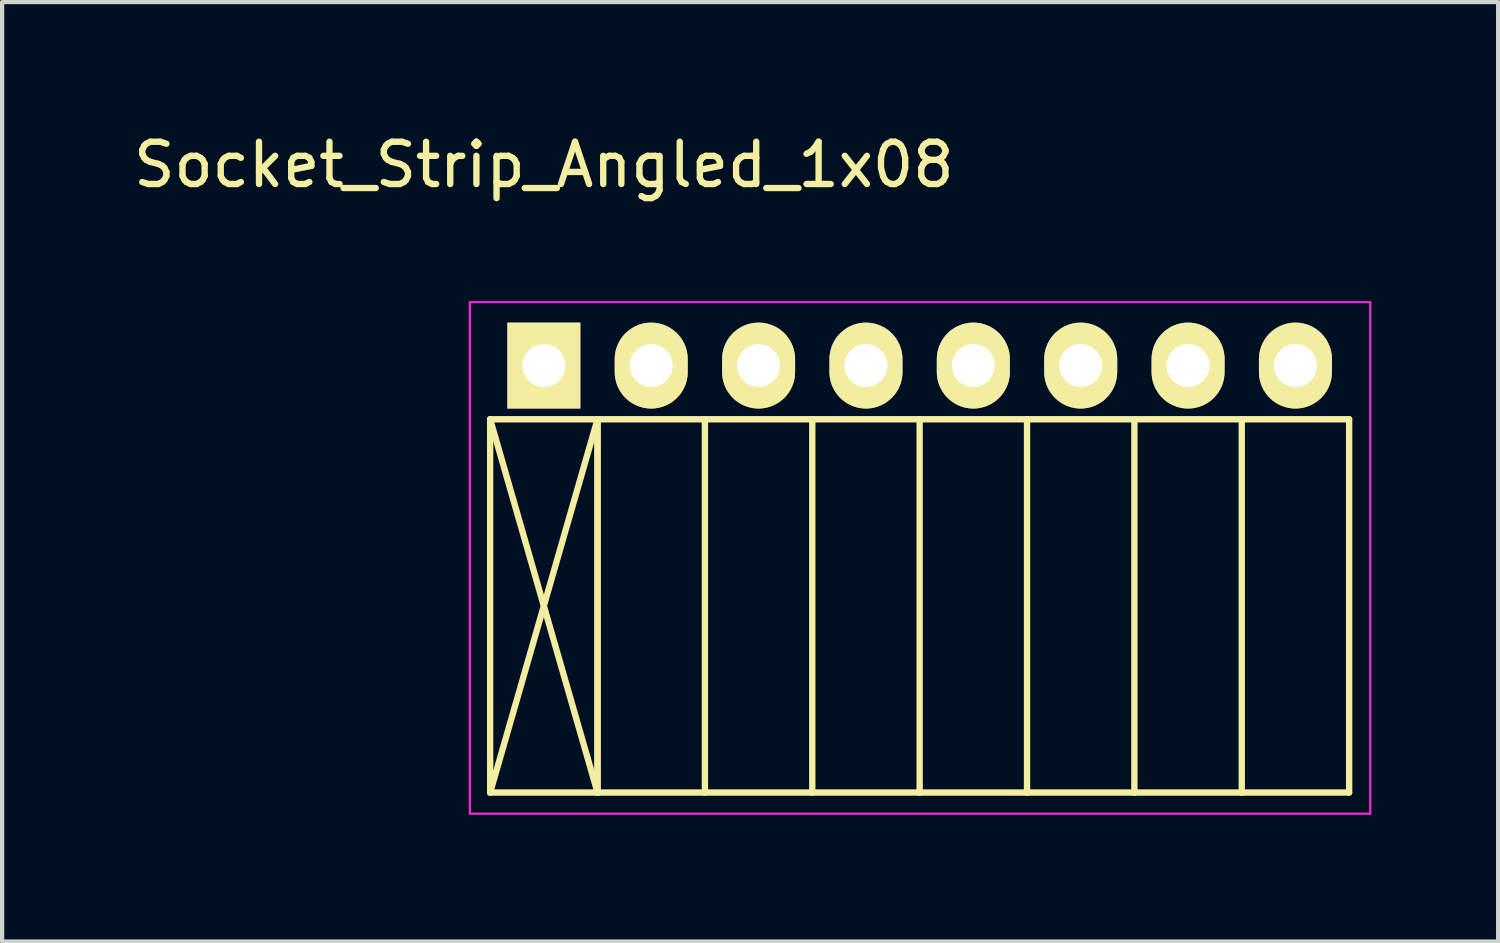
<source format=kicad_pcb>
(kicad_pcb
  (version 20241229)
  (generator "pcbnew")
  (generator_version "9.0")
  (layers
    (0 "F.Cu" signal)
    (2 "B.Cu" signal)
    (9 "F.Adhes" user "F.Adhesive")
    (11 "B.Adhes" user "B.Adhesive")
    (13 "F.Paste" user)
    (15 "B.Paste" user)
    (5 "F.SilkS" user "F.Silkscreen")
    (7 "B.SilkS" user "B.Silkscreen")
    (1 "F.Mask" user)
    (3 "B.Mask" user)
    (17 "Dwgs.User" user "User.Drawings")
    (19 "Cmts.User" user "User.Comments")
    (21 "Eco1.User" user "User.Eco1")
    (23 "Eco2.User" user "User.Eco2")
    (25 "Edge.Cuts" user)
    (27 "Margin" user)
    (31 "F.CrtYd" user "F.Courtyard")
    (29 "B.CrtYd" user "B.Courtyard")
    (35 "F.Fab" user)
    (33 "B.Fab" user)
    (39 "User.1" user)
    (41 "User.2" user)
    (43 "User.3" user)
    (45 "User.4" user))
  (footprint "Socket_Strip_Angled_1x08"
    (layer "F.Cu")
    (at 9.815 5.598)
    (property "Reference" "Socket_Strip_Angled_1x08" (at 0 -4.75 0) (layer "F.SilkS") (effects (font (size 1 1) (thickness 0.15))))
    (attr through_hole)
    (fp_line (start -1.27 1.27) (end -1.27 10.1) (stroke (width 0.15) (type solid)) (layer "F.SilkS"))
    (fp_line (start -1.27 1.27) (end 1.27 1.27) (stroke (width 0.15) (type solid)) (layer "F.SilkS"))
    (fp_line (start -1.27 1.27) (end 1.27 10.1) (stroke (width 0.15) (type solid)) (layer "F.SilkS"))
    (fp_line (start -1.27 10.1) (end 1.27 1.27) (stroke (width 0.15) (type solid)) (layer "F.SilkS"))
    (fp_line (start -1.27 10.1) (end 1.27 10.1) (stroke (width 0.15) (type solid)) (layer "F.SilkS"))
    (fp_line (start 1.27 1.27) (end 1.27 10.1) (stroke (width 0.15) (type solid)) (layer "F.SilkS"))
    (fp_line (start 1.27 1.27) (end 3.81 1.27) (stroke (width 0.15) (type solid)) (layer "F.SilkS"))
    (fp_line (start 1.27 10.1) (end 1.27 1.27) (stroke (width 0.15) (type solid)) (layer "F.SilkS"))
    (fp_line (start 1.27 10.1) (end 3.81 10.1) (stroke (width 0.15) (type solid)) (layer "F.SilkS"))
    (fp_line (start 3.81 1.27) (end 6.35 1.27) (stroke (width 0.15) (type solid)) (layer "F.SilkS"))
    (fp_line (start 3.81 10.1) (end 3.81 1.27) (stroke (width 0.15) (type solid)) (layer "F.SilkS"))
    (fp_line (start 3.81 10.1) (end 6.35 10.1) (stroke (width 0.15) (type solid)) (layer "F.SilkS"))
    (fp_line (start 6.35 1.27) (end 8.89 1.27) (stroke (width 0.15) (type solid)) (layer "F.SilkS"))
    (fp_line (start 6.35 10.1) (end 6.35 1.27) (stroke (width 0.15) (type solid)) (layer "F.SilkS"))
    (fp_line (start 6.35 10.1) (end 8.89 10.1) (stroke (width 0.15) (type solid)) (layer "F.SilkS"))
    (fp_line (start 8.89 1.27) (end 11.43 1.27) (stroke (width 0.15) (type solid)) (layer "F.SilkS"))
    (fp_line (start 8.89 10.1) (end 8.89 1.27) (stroke (width 0.15) (type solid)) (layer "F.SilkS"))
    (fp_line (start 8.89 10.1) (end 11.43 10.1) (stroke (width 0.15) (type solid)) (layer "F.SilkS"))
    (fp_line (start 11.43 1.27) (end 13.97 1.27) (stroke (width 0.15) (type solid)) (layer "F.SilkS"))
    (fp_line (start 11.43 10.1) (end 11.43 1.27) (stroke (width 0.15) (type solid)) (layer "F.SilkS"))
    (fp_line (start 11.43 10.1) (end 13.97 10.1) (stroke (width 0.15) (type solid)) (layer "F.SilkS"))
    (fp_line (start 13.97 1.27) (end 16.51 1.27) (stroke (width 0.15) (type solid)) (layer "F.SilkS"))
    (fp_line (start 13.97 10.1) (end 13.97 1.27) (stroke (width 0.15) (type solid)) (layer "F.SilkS"))
    (fp_line (start 13.97 10.1) (end 16.51 10.1) (stroke (width 0.15) (type solid)) (layer "F.SilkS"))
    (fp_line (start 16.51 1.27) (end 19.05 1.27) (stroke (width 0.15) (type solid)) (layer "F.SilkS"))
    (fp_line (start 16.51 10.1) (end 16.51 1.27) (stroke (width 0.15) (type solid)) (layer "F.SilkS"))
    (fp_line (start 16.51 10.1) (end 19.05 10.1) (stroke (width 0.15) (type solid)) (layer "F.SilkS"))
    (fp_line (start 19.05 10.1) (end 19.05 1.27) (stroke (width 0.15) (type solid)) (layer "F.SilkS"))
    (fp_line (start -1.75 -1.5) (end -1.75 10.6) (stroke (width 0.05) (type solid)) (layer "F.CrtYd"))
    (fp_line (start -1.75 -1.5) (end 19.55 -1.5) (stroke (width 0.05) (type solid)) (layer "F.CrtYd"))
    (fp_line (start -1.75 10.6) (end 19.55 10.6) (stroke (width 0.05) (type solid)) (layer "F.CrtYd"))
    (fp_line (start 19.55 -1.5) (end 19.55 10.6) (stroke (width 0.05) (type solid)) (layer "F.CrtYd"))
    (pad "1" thru_hole rect (at 0 0) (size 1.727 2.032) (drill 1.016) (layers "*.Cu" "*.Mask" "F.SilkS"))
    (pad "2" thru_hole oval (at 2.54 0) (size 1.727 2.032) (drill 1.016) (layers "*.Cu" "*.Mask" "F.SilkS"))
    (pad "3" thru_hole oval (at 5.08 0) (size 1.727 2.032) (drill 1.016) (layers "*.Cu" "*.Mask" "F.SilkS"))
    (pad "4" thru_hole oval (at 7.62 0) (size 1.727 2.032) (drill 1.016) (layers "*.Cu" "*.Mask" "F.SilkS"))
    (pad "5" thru_hole oval (at 10.16 0) (size 1.727 2.032) (drill 1.016) (layers "*.Cu" "*.Mask" "F.SilkS"))
    (pad "6" thru_hole oval (at 12.7 0) (size 1.727 2.032) (drill 1.016) (layers "*.Cu" "*.Mask" "F.SilkS"))
    (pad "7" thru_hole oval (at 15.24 0) (size 1.727 2.032) (drill 1.016) (layers "*.Cu" "*.Mask" "F.SilkS"))
    (pad "8" thru_hole oval (at 17.78 0) (size 1.727 2.032) (drill 1.016) (layers "*.Cu" "*.Mask" "F.SilkS")))
  (gr_rect
    (start -3 -3)
    (end 32.39 19.223)
    (stroke (width 0.1) (type default))
    (fill no)
    (layer "Edge.Cuts")))
</source>
